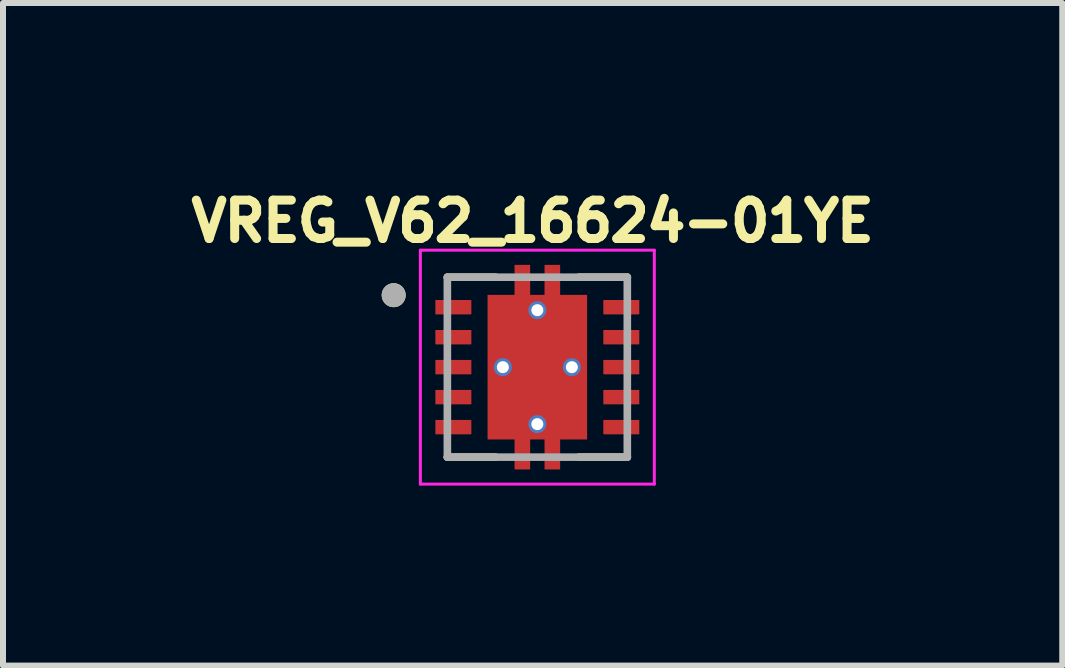
<source format=kicad_pcb>
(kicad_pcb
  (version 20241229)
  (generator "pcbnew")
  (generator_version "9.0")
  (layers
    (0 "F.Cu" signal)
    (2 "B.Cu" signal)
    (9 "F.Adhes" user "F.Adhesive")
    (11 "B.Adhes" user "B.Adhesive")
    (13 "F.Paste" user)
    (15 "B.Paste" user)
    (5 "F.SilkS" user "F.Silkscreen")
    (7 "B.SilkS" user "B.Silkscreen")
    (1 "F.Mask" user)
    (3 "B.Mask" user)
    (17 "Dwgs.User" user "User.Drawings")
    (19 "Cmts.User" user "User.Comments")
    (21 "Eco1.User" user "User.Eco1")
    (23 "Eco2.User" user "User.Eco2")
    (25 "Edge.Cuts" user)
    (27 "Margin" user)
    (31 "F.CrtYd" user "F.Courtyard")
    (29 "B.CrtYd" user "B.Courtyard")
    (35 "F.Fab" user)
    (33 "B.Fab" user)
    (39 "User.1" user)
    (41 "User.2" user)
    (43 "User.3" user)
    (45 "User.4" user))
  (footprint "VREG_V62_16624-01YE"
    (layer "F.Cu")
    (at 5.908 3.071)
    (property "Reference" "VREG_V62_16624-01YE" (at -0.078 -2.433 0) (layer "F.SilkS") (effects (font (size 0.64 0.64) (thickness 0.15))))
    (attr smd)
    (fp_poly (pts (xy -1.77 -1.19) (xy -1.03 -1.19) (xy -1.03 -0.81) (xy -1.77 -0.81)) (stroke (width 0.01) (type solid)) (fill yes) (layer "F.Mask"))
    (fp_poly (pts (xy -1.77 -0.69) (xy -1.03 -0.69) (xy -1.03 -0.31) (xy -1.77 -0.31)) (stroke (width 0.01) (type solid)) (fill yes) (layer "F.Mask"))
    (fp_poly (pts (xy -1.77 -0.19) (xy -1.03 -0.19) (xy -1.03 0.19) (xy -1.77 0.19)) (stroke (width 0.01) (type solid)) (fill yes) (layer "F.Mask"))
    (fp_poly (pts (xy -1.77 0.31) (xy -1.03 0.31) (xy -1.03 0.69) (xy -1.77 0.69)) (stroke (width 0.01) (type solid)) (fill yes) (layer "F.Mask"))
    (fp_poly (pts (xy -1.77 0.81) (xy -1.03 0.81) (xy -1.03 1.19) (xy -1.77 1.19)) (stroke (width 0.01) (type solid)) (fill yes) (layer "F.Mask"))
    (fp_poly (pts (xy 1.03 -1.19) (xy 1.77 -1.19) (xy 1.77 -0.81) (xy 1.03 -0.81)) (stroke (width 0.01) (type solid)) (fill yes) (layer "F.Mask"))
    (fp_poly (pts (xy 1.03 -0.69) (xy 1.77 -0.69) (xy 1.77 -0.31) (xy 1.03 -0.31)) (stroke (width 0.01) (type solid)) (fill yes) (layer "F.Mask"))
    (fp_poly (pts (xy 1.03 -0.19) (xy 1.77 -0.19) (xy 1.77 0.19) (xy 1.03 0.19)) (stroke (width 0.01) (type solid)) (fill yes) (layer "F.Mask"))
    (fp_poly (pts (xy 1.03 0.31) (xy 1.77 0.31) (xy 1.77 0.69) (xy 1.03 0.69)) (stroke (width 0.01) (type solid)) (fill yes) (layer "F.Mask"))
    (fp_poly (pts (xy 1.03 0.81) (xy 1.77 0.81) (xy 1.77 1.19) (xy 1.03 1.19)) (stroke (width 0.01) (type solid)) (fill yes) (layer "F.Mask"))
    (fp_poly (pts (xy -0.895 -1.27) (xy -0.445 -1.27) (xy -0.445 -1.77) (xy -0.055 -1.77) (xy -0.055 -1.27) (xy 0.055 -1.27) (xy 0.055 -1.77) (xy 0.445 -1.77) (xy 0.445 -1.27) (xy 0.895 -1.27) (xy 0.895 1.27) (xy 0.445 1.27) (xy 0.445 1.77) (xy 0.055 1.77) (xy 0.055 1.27) (xy -0.055 1.27) (xy -0.055 1.77) (xy -0.445 1.77) (xy -0.445 1.27) (xy -0.895 1.27)) (stroke (width 0.01) (type solid)) (fill yes) (layer "F.Mask"))
    (fp_line (start -1.5 -1.5) (end -0.695 -1.5) (stroke (width 0.127) (type solid)) (layer "F.SilkS"))
    (fp_line (start -1.5 1.5) (end -0.695 1.5) (stroke (width 0.127) (type solid)) (layer "F.SilkS"))
    (fp_line (start 0.695 -1.5) (end 1.5 -1.5) (stroke (width 0.127) (type solid)) (layer "F.SilkS"))
    (fp_line (start 0.695 1.5) (end 1.5 1.5) (stroke (width 0.127) (type solid)) (layer "F.SilkS"))
    (fp_circle (center -2.395 -1.2) (end -2.295 -1.2) (stroke (width 0.2) (type solid)) (fill no) (layer "F.SilkS"))
    (fp_poly (pts (xy -0.75 -1.16) (xy 0.75 -1.16) (xy 0.75 -0.1) (xy -0.75 -0.1)) (stroke (width 0.01) (type solid)) (fill yes) (layer "F.Paste"))
    (fp_poly (pts (xy -0.75 0.1) (xy 0.75 0.1) (xy 0.75 1.16) (xy -0.75 1.16)) (stroke (width 0.01) (type solid)) (fill yes) (layer "F.Paste"))
    (fp_poly (pts (xy -0.375 -1.7) (xy -0.125 -1.7) (xy -0.125 -1.36) (xy -0.375 -1.36)) (stroke (width 0.01) (type solid)) (fill yes) (layer "F.Paste"))
    (fp_poly (pts (xy -0.375 1.36) (xy -0.125 1.36) (xy -0.125 1.7) (xy -0.375 1.7)) (stroke (width 0.01) (type solid)) (fill yes) (layer "F.Paste"))
    (fp_poly (pts (xy 0.125 -1.7) (xy 0.375 -1.7) (xy 0.375 -1.36) (xy 0.125 -1.36)) (stroke (width 0.01) (type solid)) (fill yes) (layer "F.Paste"))
    (fp_poly (pts (xy 0.125 1.36) (xy 0.375 1.36) (xy 0.375 1.7) (xy 0.125 1.7)) (stroke (width 0.01) (type solid)) (fill yes) (layer "F.Paste"))
    (fp_line (start -1.95 -1.95) (end -1.95 1.95) (stroke (width 0.05) (type solid)) (layer "F.CrtYd"))
    (fp_line (start -1.95 -1.95) (end 1.95 -1.95) (stroke (width 0.05) (type solid)) (layer "F.CrtYd"))
    (fp_line (start -1.95 1.95) (end 1.95 1.95) (stroke (width 0.05) (type solid)) (layer "F.CrtYd"))
    (fp_line (start 1.95 -1.95) (end 1.95 1.95) (stroke (width 0.05) (type solid)) (layer "F.CrtYd"))
    (fp_line (start -1.5 -1.5) (end -1.5 1.5) (stroke (width 0.127) (type solid)) (layer "F.Fab"))
    (fp_line (start -1.5 -1.5) (end 1.5 -1.5) (stroke (width 0.127) (type solid)) (layer "F.Fab"))
    (fp_line (start -1.5 1.5) (end 1.5 1.5) (stroke (width 0.127) (type solid)) (layer "F.Fab"))
    (fp_line (start 1.5 -1.5) (end 1.5 1.5) (stroke (width 0.127) (type solid)) (layer "F.Fab"))
    (fp_circle (center -2.395 -1.2) (end -2.295 -1.2) (stroke (width 0.2) (type solid)) (fill no) (layer "F.Fab"))
    (pad "1" smd roundrect (at -1.4 -1) (size 0.6 0.24) (layers "F.Cu" "F.Paste") (roundrect_rratio 0.03))
    (pad "2" smd roundrect (at -1.4 -0.5) (size 0.6 0.24) (layers "F.Cu" "F.Paste") (roundrect_rratio 0.03))
    (pad "3" smd roundrect (at -1.4 0) (size 0.6 0.24) (layers "F.Cu" "F.Paste") (roundrect_rratio 0.03))
    (pad "4" smd roundrect (at -1.4 0.5) (size 0.6 0.24) (layers "F.Cu" "F.Paste") (roundrect_rratio 0.03))
    (pad "5" smd roundrect (at -1.4 1) (size 0.6 0.24) (layers "F.Cu" "F.Paste") (roundrect_rratio 0.03))
    (pad "6" smd roundrect (at 1.4 1) (size 0.6 0.24) (layers "F.Cu" "F.Paste") (roundrect_rratio 0.03))
    (pad "7" smd roundrect (at 1.4 0.5) (size 0.6 0.24) (layers "F.Cu" "F.Paste") (roundrect_rratio 0.03))
    (pad "8" smd roundrect (at 1.4 0) (size 0.6 0.24) (layers "F.Cu" "F.Paste") (roundrect_rratio 0.03))
    (pad "9" smd roundrect (at 1.4 -0.5) (size 0.6 0.24) (layers "F.Cu" "F.Paste") (roundrect_rratio 0.03))
    (pad "10" smd roundrect (at 1.4 -1) (size 0.6 0.24) (layers "F.Cu" "F.Paste") (roundrect_rratio 0.03))
    (pad "11" smd custom (at 0 0) (size 1.65 2.4) (layers "F.Cu") (options (anchor rect)) (primitives (gr_poly (pts (xy -0.825 -1.2) (xy -0.375 -1.2) (xy -0.375 -1.7) (xy -0.125 -1.7) (xy -0.125 -1.2) (xy 0.125 -1.2) (xy 0.125 -1.7) (xy 0.375 -1.7) (xy 0.375 -1.2) (xy 0.825 -1.2) (xy 0.825 1.2) (xy 0.375 1.2) (xy 0.375 1.7) (xy 0.125 1.7) (xy 0.125 1.2) (xy -0.125 1.2) (xy -0.125 1.7) (xy -0.375 1.7) (xy -0.375 1.2) (xy -0.825 1.2)) (width 0.01) (fill yes))))
    (pad "12" thru_hole circle (at 0 0.95) (size 0.3 0.3) (drill 0.2) (layers "*.Cu"))
    (pad "13" thru_hole circle (at -0.575 0) (size 0.3 0.3) (drill 0.2) (layers "*.Cu"))
    (pad "14" thru_hole circle (at 0.575 0) (size 0.3 0.3) (drill 0.2) (layers "*.Cu"))
    (pad "15" thru_hole circle (at 0 -0.95) (size 0.3 0.3) (drill 0.2) (layers "*.Cu")))
  (gr_rect
    (start -3 -3)
    (end 14.659 8.046)
    (stroke (width 0.1) (type default))
    (fill no)
    (layer "Edge.Cuts")))
</source>
